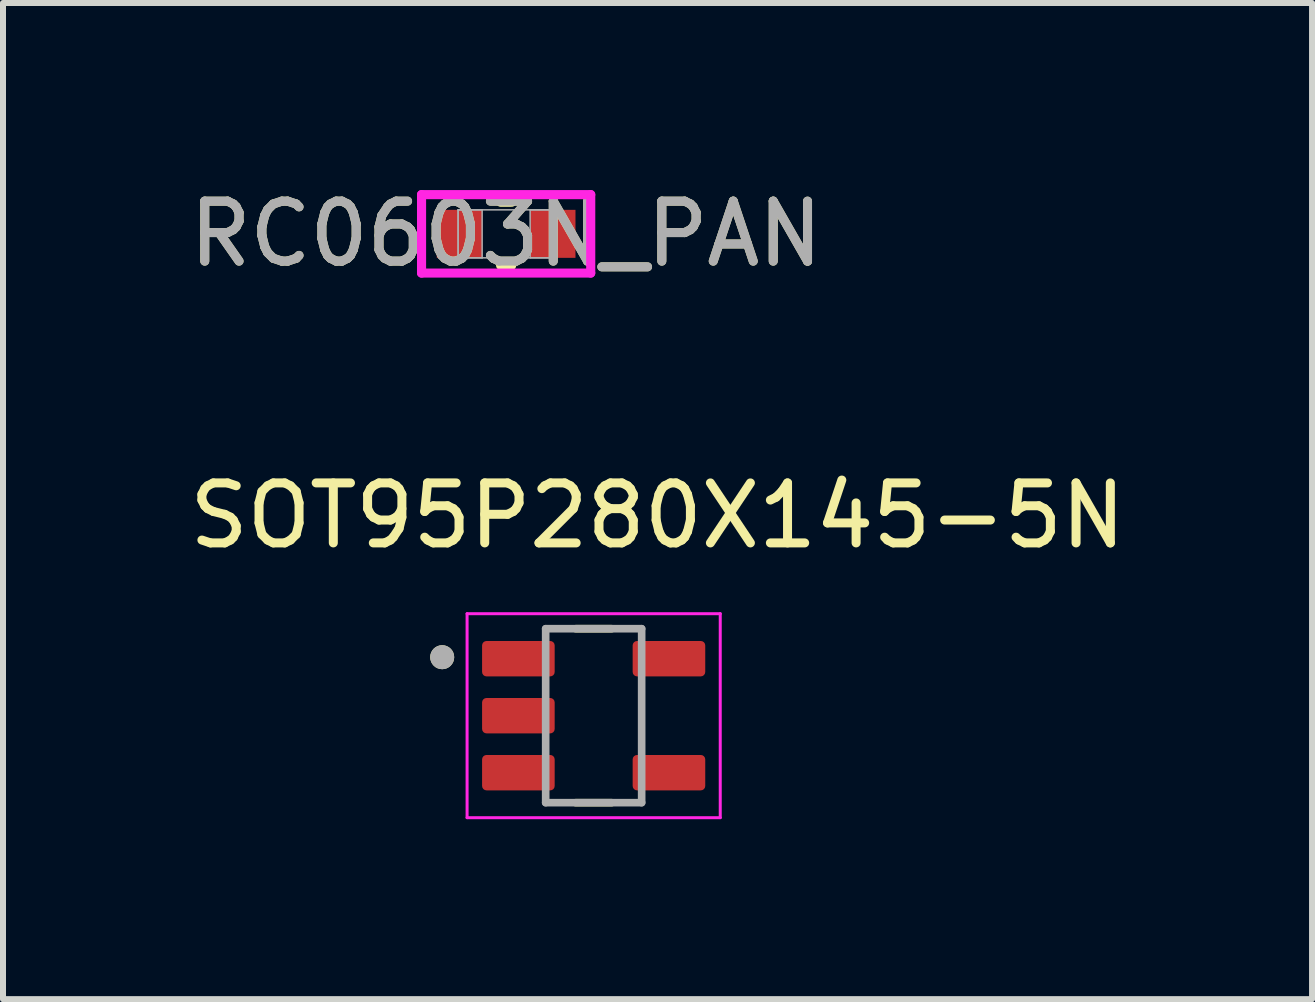
<source format=kicad_pcb>
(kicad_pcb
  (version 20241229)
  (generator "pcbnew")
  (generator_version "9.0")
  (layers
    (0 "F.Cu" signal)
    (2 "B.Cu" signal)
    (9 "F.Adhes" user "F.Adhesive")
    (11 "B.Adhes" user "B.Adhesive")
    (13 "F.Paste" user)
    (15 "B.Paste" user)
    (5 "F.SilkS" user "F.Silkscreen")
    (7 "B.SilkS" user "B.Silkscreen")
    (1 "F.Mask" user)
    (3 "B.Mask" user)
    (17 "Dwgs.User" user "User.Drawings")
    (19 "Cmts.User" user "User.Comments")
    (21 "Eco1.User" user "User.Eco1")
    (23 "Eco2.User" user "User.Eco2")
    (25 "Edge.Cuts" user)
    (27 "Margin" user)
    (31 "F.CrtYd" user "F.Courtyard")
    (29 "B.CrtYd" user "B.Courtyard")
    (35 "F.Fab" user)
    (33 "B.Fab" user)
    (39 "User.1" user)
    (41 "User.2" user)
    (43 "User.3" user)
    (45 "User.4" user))
  (footprint "SOT95P280X145-5N"
    (layer "F.Cu")
    (at 6.846 8.88)
    (property "Reference" "SOT95P280X145-5N" (at 1.065 -3.335 0) (layer "F.SilkS") (effects (font (size 1 1) (thickness 0.15))))
    (attr smd)
    (fp_line (start -0.3 -1.45) (end 0.3 -1.45) (stroke (width 0.127) (type solid)) (layer "F.SilkS"))
    (fp_line (start -0.3 1.45) (end 0.3 1.45) (stroke (width 0.127) (type solid)) (layer "F.SilkS"))
    (fp_circle (center -2.525 -0.975) (end -2.425 -0.975) (stroke (width 0.2) (type solid)) (fill no) (layer "F.SilkS"))
    (fp_line (start -2.11 -1.7) (end -2.11 1.7) (stroke (width 0.05) (type solid)) (layer "F.CrtYd"))
    (fp_line (start -2.11 1.7) (end 2.11 1.7) (stroke (width 0.05) (type solid)) (layer "F.CrtYd"))
    (fp_line (start 2.11 -1.7) (end -2.11 -1.7) (stroke (width 0.05) (type solid)) (layer "F.CrtYd"))
    (fp_line (start 2.11 1.7) (end 2.11 -1.7) (stroke (width 0.05) (type solid)) (layer "F.CrtYd"))
    (fp_line (start -0.8 -1.45) (end 0.8 -1.45) (stroke (width 0.127) (type solid)) (layer "F.Fab"))
    (fp_line (start -0.8 1.45) (end -0.8 -1.45) (stroke (width 0.127) (type solid)) (layer "F.Fab"))
    (fp_line (start 0.8 -1.45) (end 0.8 1.45) (stroke (width 0.127) (type solid)) (layer "F.Fab"))
    (fp_line (start 0.8 1.45) (end -0.8 1.45) (stroke (width 0.127) (type solid)) (layer "F.Fab"))
    (fp_circle (center -2.525 -0.975) (end -2.425 -0.975) (stroke (width 0.2) (type solid)) (fill no) (layer "F.Fab"))
    (pad "1" smd roundrect (at -1.255 -0.95) (size 1.21 0.59) (layers "F.Cu" "F.Mask" "F.Paste") (roundrect_rratio 0.125))
    (pad "2" smd roundrect (at -1.255 0) (size 1.21 0.59) (layers "F.Cu" "F.Mask" "F.Paste") (roundrect_rratio 0.125))
    (pad "3" smd roundrect (at -1.255 0.95) (size 1.21 0.59) (layers "F.Cu" "F.Mask" "F.Paste") (roundrect_rratio 0.125))
    (pad "4" smd roundrect (at 1.255 0.95) (size 1.21 0.59) (layers "F.Cu" "F.Mask" "F.Paste") (roundrect_rratio 0.125))
    (pad "5" smd roundrect (at 1.255 -0.95) (size 1.21 0.59) (layers "F.Cu" "F.Mask" "F.Paste") (roundrect_rratio 0.125)))
  (footprint "RC0603N_PAN"
    (layer "F.Cu")
    (at 5.387 0.848)
    (property "Reference" "RC0603N_PAN" (at 0 0 0) (unlocked yes) (layer "F.SilkS") (effects (font (size 1 1) (thickness 0.15))))
    (attr smd)
    (fp_line (start -0.092 0.527) (end 0.092 0.527) (stroke (width 0.152) (type solid)) (layer "F.SilkS"))
    (fp_line (start 0.092 -0.527) (end -0.092 -0.527) (stroke (width 0.152) (type solid)) (layer "F.SilkS"))
    (fp_line (start -1.41 -0.654) (end 1.41 -0.654) (stroke (width 0.152) (type solid)) (layer "F.CrtYd"))
    (fp_line (start -1.41 0.654) (end -1.41 -0.654) (stroke (width 0.152) (type solid)) (layer "F.CrtYd"))
    (fp_line (start 1.41 -0.654) (end 1.41 0.654) (stroke (width 0.152) (type solid)) (layer "F.CrtYd"))
    (fp_line (start 1.41 0.654) (end -1.41 0.654) (stroke (width 0.152) (type solid)) (layer "F.CrtYd"))
    (fp_line (start -0.8 -0.4) (end -0.8 0.4) (stroke (width 0.025) (type solid)) (layer "F.Fab"))
    (fp_line (start -0.8 -0.4) (end -0.8 0.4) (stroke (width 0.025) (type solid)) (layer "F.Fab"))
    (fp_line (start -0.8 0.4) (end -0.4 0.4) (stroke (width 0.025) (type solid)) (layer "F.Fab"))
    (fp_line (start -0.8 0.4) (end 0.8 0.4) (stroke (width 0.025) (type solid)) (layer "F.Fab"))
    (fp_line (start -0.4 -0.4) (end -0.8 -0.4) (stroke (width 0.025) (type solid)) (layer "F.Fab"))
    (fp_line (start -0.4 0.4) (end -0.4 -0.4) (stroke (width 0.025) (type solid)) (layer "F.Fab"))
    (fp_line (start 0.4 -0.4) (end 0.4 0.4) (stroke (width 0.025) (type solid)) (layer "F.Fab"))
    (fp_line (start 0.4 0.4) (end 0.8 0.4) (stroke (width 0.025) (type solid)) (layer "F.Fab"))
    (fp_line (start 0.8 -0.4) (end -0.8 -0.4) (stroke (width 0.025) (type solid)) (layer "F.Fab"))
    (fp_line (start 0.8 -0.4) (end 0.4 -0.4) (stroke (width 0.025) (type solid)) (layer "F.Fab"))
    (fp_line (start 0.8 0.4) (end 0.8 -0.4) (stroke (width 0.025) (type solid)) (layer "F.Fab"))
    (fp_line (start 0.8 0.4) (end 0.8 -0.4) (stroke (width 0.025) (type solid)) (layer "F.Fab"))
    (fp_text user "${REFERENCE}" (at 0 0 0) (unlocked yes) (layer "F.Fab") (effects (font (size 1 1) (thickness 0.15))))
    (pad "1" smd rect (at -0.778 0) (size 0.756 0.8) (layers "F.Cu" "F.Mask" "F.Paste"))
    (pad "2" smd rect (at 0.778 0) (size 0.756 0.8) (layers "F.Cu" "F.Mask" "F.Paste"))
    (zone (net_name "") (layer "F.Cu") (hatch full 0.508) (connect_pads) (min_thickness 0.254) (filled_areas_thickness no) (keepout (tracks not_allowed) (vias not_allowed) (pads allowed) (copperpour not_allowed) (footprints allowed)) (placement (enabled no)) (fill) (polygon (pts (xy 5.038 0.499) (xy 5.736 0.499) (xy 5.736 1.197) (xy 5.038 1.197)))))
  (gr_rect
    (start -3 -3)
    (end 18.821 13.605)
    (stroke (width 0.1) (type default))
    (fill no)
    (layer "Edge.Cuts")))
</source>
